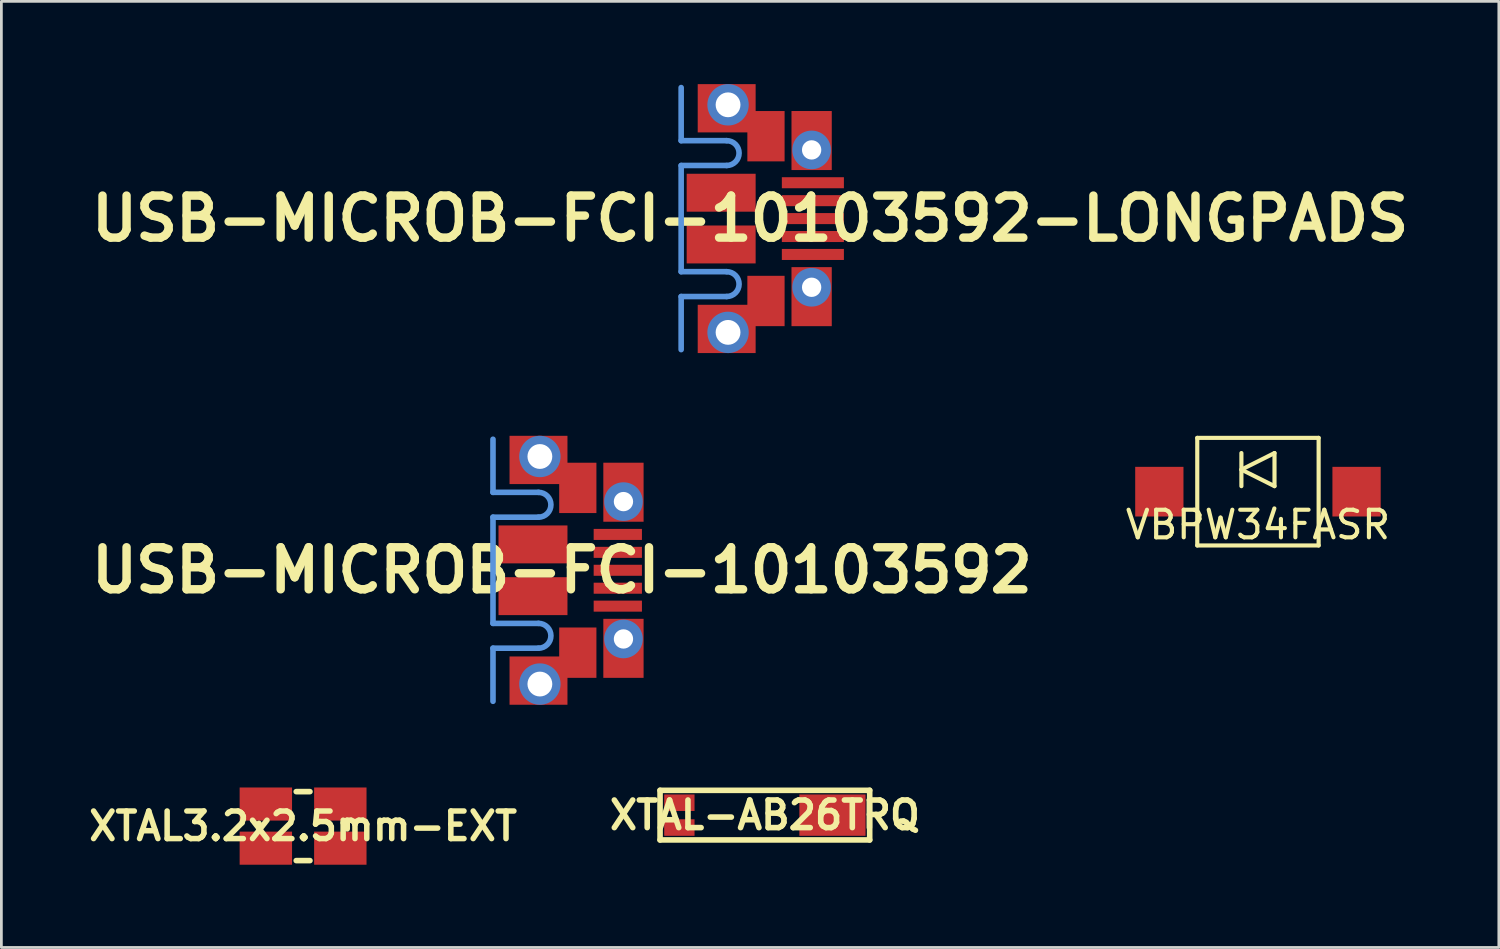
<source format=kicad_pcb>
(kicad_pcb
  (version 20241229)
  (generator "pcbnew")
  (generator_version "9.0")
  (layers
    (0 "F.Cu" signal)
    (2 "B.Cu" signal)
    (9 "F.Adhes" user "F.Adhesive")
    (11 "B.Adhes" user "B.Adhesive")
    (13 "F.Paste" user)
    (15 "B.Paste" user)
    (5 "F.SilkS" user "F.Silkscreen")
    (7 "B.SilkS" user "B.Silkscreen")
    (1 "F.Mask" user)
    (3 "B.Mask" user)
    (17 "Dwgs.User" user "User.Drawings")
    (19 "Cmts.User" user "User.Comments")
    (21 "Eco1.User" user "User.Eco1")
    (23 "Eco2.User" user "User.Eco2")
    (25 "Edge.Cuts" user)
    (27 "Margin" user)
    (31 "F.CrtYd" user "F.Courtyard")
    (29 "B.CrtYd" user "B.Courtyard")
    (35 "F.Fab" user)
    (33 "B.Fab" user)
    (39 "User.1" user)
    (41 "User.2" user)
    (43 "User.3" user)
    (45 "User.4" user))
  (footprint "VBPW34FASR"
    (layer "F.Cu")
    (at 42.556 14.775)
    (property "Reference" "VBPW34FASR" (at 0 1.2 0) (layer "F.SilkS") (effects (font (size 1 1) (thickness 0.15))))
    (attr smd)
    (fp_line (start -2.2 -1.95) (end -2.2 1.95) (stroke (width 0.15) (type solid)) (layer "F.SilkS"))
    (fp_line (start -2.2 1.95) (end 2.2 1.95) (stroke (width 0.15) (type solid)) (layer "F.SilkS"))
    (fp_line (start -0.6 -1.4) (end -0.6 -0.2) (stroke (width 0.15) (type solid)) (layer "F.SilkS"))
    (fp_line (start -0.6 -0.8) (end 0.6 -1.4) (stroke (width 0.15) (type solid)) (layer "F.SilkS"))
    (fp_line (start 0.6 -1.4) (end 0.6 -0.2) (stroke (width 0.15) (type solid)) (layer "F.SilkS"))
    (fp_line (start 0.6 -0.2) (end -0.6 -0.8) (stroke (width 0.15) (type solid)) (layer "F.SilkS"))
    (fp_line (start 2.2 -1.95) (end -2.2 -1.95) (stroke (width 0.15) (type solid)) (layer "F.SilkS"))
    (fp_line (start 2.2 1.95) (end 2.2 -1.95) (stroke (width 0.15) (type solid)) (layer "F.SilkS"))
    (pad "1" smd rect (at -3.575 0) (size 1.75 1.8) (layers "F.Cu" "F.Mask" "F.Paste"))
    (pad "2" smd rect (at 3.575 0) (size 1.75 1.8) (layers "F.Cu" "F.Mask" "F.Paste")))
  (footprint "XTAL3.2x2.5mm-EXT"
    (layer "F.Cu")
    (at 7.938 26.9)
    (property "Reference" "XTAL3.2x2.5mm-EXT" (at 0 0 0) (layer "F.SilkS") (effects (font (size 1 1) (thickness 0.2))))
    (attr smd)
    (fp_line (start -1.6 0.099) (end -1.6 -0.099) (stroke (width 0.203) (type solid)) (layer "F.SilkS"))
    (fp_line (start -0.249 -1.25) (end 0.249 -1.25) (stroke (width 0.203) (type solid)) (layer "F.SilkS"))
    (fp_line (start -0.249 1.25) (end 0.249 1.25) (stroke (width 0.203) (type solid)) (layer "F.SilkS"))
    (fp_line (start 1.6 0.099) (end 1.6 -0.099) (stroke (width 0.203) (type solid)) (layer "F.SilkS"))
    (pad "1" smd rect (at -1.35 0.8) (size 1.9 1.2) (layers "F.Cu" "F.Mask" "F.Paste"))
    (pad "2" smd rect (at 1.35 0.8) (size 1.9 1.2) (layers "F.Cu" "F.Mask" "F.Paste"))
    (pad "3" smd rect (at 1.35 -0.8) (size 1.9 1.2) (layers "F.Cu" "F.Mask" "F.Paste"))
    (pad "4" smd rect (at -1.35 -0.8) (size 1.9 1.2) (layers "F.Cu" "F.Mask" "F.Paste")))
  (footprint "XTAL-AB26TRQ"
    (layer "F.Cu")
    (at 21.58 26.502)
    (property "Reference" "XTAL-AB26TRQ" (at 3.1 0 0) (layer "F.SilkS") (effects (font (size 1.001 1.001) (thickness 0.203))))
    (attr smd)
    (fp_line (start -0.7 -0.9) (end 6.9 -0.9) (stroke (width 0.203) (type solid)) (layer "F.SilkS"))
    (fp_line (start -0.7 0.9) (end -0.7 -0.9) (stroke (width 0.203) (type solid)) (layer "F.SilkS"))
    (fp_line (start 6.9 -0.9) (end 6.9 0.9) (stroke (width 0.203) (type solid)) (layer "F.SilkS"))
    (fp_line (start 6.9 0.9) (end -0.7 0.9) (stroke (width 0.203) (type solid)) (layer "F.SilkS"))
    (pad "0" smd rect (at 5.55 0) (size 2.4 1.5) (layers "F.Cu" "F.Mask" "F.Paste"))
    (pad "1" smd rect (at 0 -0.45) (size 1.1 0.6) (layers "F.Cu" "F.Mask" "F.Paste"))
    (pad "2" smd rect (at 0 0.45) (size 1.1 0.6) (layers "F.Cu" "F.Mask" "F.Paste")))
  (footprint "USB-MICROB-FCI-10103592"
    (layer "F.Cu")
    (at 14.823 17.625)
    (property "Reference" "USB-MICROB-FCI-10103592" (at 2.499 0 0) (layer "F.SilkS") (effects (font (size 1.524 1.524) (thickness 0.305))))
    (attr smd)
    (fp_line (start 0 -2.825) (end 0 -4.75) (stroke (width 0.203) (type solid)) (layer "Cmts.User"))
    (fp_line (start 0 -2.825) (end 1.65 -2.825) (stroke (width 0.203) (type solid)) (layer "Cmts.User"))
    (fp_line (start 0 -1.925) (end 0 1.925) (stroke (width 0.203) (type solid)) (layer "Cmts.User"))
    (fp_line (start 0 -1.925) (end 1.65 -1.925) (stroke (width 0.203) (type solid)) (layer "Cmts.User"))
    (fp_line (start 0 1.925) (end 1.65 1.925) (stroke (width 0.203) (type solid)) (layer "Cmts.User"))
    (fp_line (start 0 2.825) (end 0 4.75) (stroke (width 0.203) (type solid)) (layer "Cmts.User"))
    (fp_line (start 0 2.825) (end 1.65 2.825) (stroke (width 0.203) (type solid)) (layer "Cmts.User"))
    (fp_arc (start 1.65 -2.825) (mid 2.1 -2.375) (end 1.65 -1.925) (stroke (width 0.2032) (type solid)) (layer "Cmts.User"))
    (fp_arc (start 1.65 1.925) (mid 2.1 2.375) (end 1.65 2.825) (stroke (width 0.2032) (type solid)) (layer "Cmts.User"))
    (pad "0" smd rect (at 1.45 -0.938) (size 2.5 1.375) (layers "F.Cu" "F.Mask" "F.Paste"))
    (pad "0" smd rect (at 1.45 0.938) (size 2.5 1.375) (layers "F.Cu" "F.Mask" "F.Paste"))
    (pad "0" smd rect (at 1.65 -4) (size 2.1 1.75) (layers "F.Cu" "F.Mask" "F.Paste"))
    (pad "0" smd rect (at 1.65 4) (size 2.1 1.75) (layers "F.Cu" "F.Mask" "F.Paste"))
    (pad "0" thru_hole circle (at 1.7 -4.125) (size 1.5 1.5) (drill 0.9) (layers "*.Cu" "*.Mask"))
    (pad "0" thru_hole circle (at 1.7 4.125) (size 1.5 1.5) (drill 0.9) (layers "*.Cu" "*.Mask"))
    (pad "0" smd rect (at 3.075 -2.987) (size 1.35 1.825) (layers "F.Cu" "F.Mask"))
    (pad "0" smd rect (at 3.075 2.987) (size 1.35 1.825) (layers "F.Cu" "F.Mask"))
    (pad "0" smd rect (at 4.73 -2.83) (size 1.46 2.14) (layers "F.Cu" "F.Mask" "F.Paste"))
    (pad "0" thru_hole circle (at 4.73 -2.49) (size 1.4 1.4) (drill 0.7) (layers "*.Cu" "*.Mask"))
    (pad "0" thru_hole circle (at 4.73 2.49) (size 1.4 1.4) (drill 0.7) (layers "*.Cu" "*.Mask"))
    (pad "0" smd rect (at 4.73 2.83) (size 1.46 2.14) (layers "F.Cu" "F.Mask" "F.Paste"))
    (pad "1" smd rect (at 4.525 1.3) (size 1.75 0.4) (layers "F.Cu" "F.Mask" "F.Paste"))
    (pad "2" smd rect (at 4.525 0.65) (size 1.75 0.4) (layers "F.Cu" "F.Mask" "F.Paste"))
    (pad "3" smd rect (at 4.525 0) (size 1.75 0.4) (layers "F.Cu" "F.Mask" "F.Paste"))
    (pad "4" smd rect (at 4.525 -0.65) (size 1.75 0.4) (layers "F.Cu" "F.Mask" "F.Paste"))
    (pad "5" smd rect (at 4.525 -1.3) (size 1.75 0.4) (layers "F.Cu" "F.Mask" "F.Paste")))
  (footprint "USB-MICROB-FCI-10103592-LONGPADS"
    (layer "F.Cu")
    (at 21.645 4.875)
    (property "Reference" "USB-MICROB-FCI-10103592-LONGPADS" (at 2.499 0 0) (layer "F.SilkS") (effects (font (size 1.524 1.524) (thickness 0.305))))
    (attr smd)
    (fp_line (start 0 -2.825) (end 0 -4.75) (stroke (width 0.203) (type solid)) (layer "Cmts.User"))
    (fp_line (start 0 -2.825) (end 1.65 -2.825) (stroke (width 0.203) (type solid)) (layer "Cmts.User"))
    (fp_line (start 0 -1.925) (end 0 1.925) (stroke (width 0.203) (type solid)) (layer "Cmts.User"))
    (fp_line (start 0 -1.925) (end 1.65 -1.925) (stroke (width 0.203) (type solid)) (layer "Cmts.User"))
    (fp_line (start 0 1.925) (end 1.65 1.925) (stroke (width 0.203) (type solid)) (layer "Cmts.User"))
    (fp_line (start 0 2.825) (end 0 4.75) (stroke (width 0.203) (type solid)) (layer "Cmts.User"))
    (fp_line (start 0 2.825) (end 1.65 2.825) (stroke (width 0.203) (type solid)) (layer "Cmts.User"))
    (fp_arc (start 1.65 -2.825) (mid 2.1 -2.375) (end 1.65 -1.925) (stroke (width 0.2032) (type solid)) (layer "Cmts.User"))
    (fp_arc (start 1.65 1.925) (mid 2.1 2.375) (end 1.65 2.825) (stroke (width 0.2032) (type solid)) (layer "Cmts.User"))
    (pad "0" smd rect (at 1.45 -0.938) (size 2.5 1.375) (layers "F.Cu" "F.Mask" "F.Paste"))
    (pad "0" smd rect (at 1.45 0.938) (size 2.5 1.375) (layers "F.Cu" "F.Mask" "F.Paste"))
    (pad "0" smd rect (at 1.65 -4) (size 2.1 1.75) (layers "F.Cu" "F.Mask" "F.Paste"))
    (pad "0" smd rect (at 1.65 4) (size 2.1 1.75) (layers "F.Cu" "F.Mask" "F.Paste"))
    (pad "0" thru_hole circle (at 1.7 -4.125) (size 1.5 1.5) (drill 0.9) (layers "*.Cu" "*.Mask"))
    (pad "0" thru_hole circle (at 1.7 4.125) (size 1.5 1.5) (drill 0.9) (layers "*.Cu" "*.Mask"))
    (pad "0" smd rect (at 3.075 -2.987) (size 1.35 1.825) (layers "F.Cu" "F.Mask"))
    (pad "0" smd rect (at 3.075 2.987) (size 1.35 1.825) (layers "F.Cu" "F.Mask"))
    (pad "0" smd rect (at 4.73 -2.83) (size 1.46 2.14) (layers "F.Cu" "F.Mask" "F.Paste"))
    (pad "0" thru_hole circle (at 4.73 -2.49) (size 1.4 1.4) (drill 0.7) (layers "*.Cu" "*.Mask"))
    (pad "0" thru_hole circle (at 4.73 2.49) (size 1.4 1.4) (drill 0.7) (layers "*.Cu" "*.Mask"))
    (pad "0" smd rect (at 4.73 2.83) (size 1.46 2.14) (layers "F.Cu" "F.Mask" "F.Paste"))
    (pad "1" smd rect (at 4.775 1.3) (size 2.25 0.4) (layers "F.Cu" "F.Mask" "F.Paste"))
    (pad "2" smd rect (at 4.775 0.65) (size 2.25 0.4) (layers "F.Cu" "F.Mask" "F.Paste"))
    (pad "3" smd rect (at 4.775 0) (size 2.25 0.4) (layers "F.Cu" "F.Mask" "F.Paste"))
    (pad "4" smd rect (at 4.775 -0.65) (size 2.25 0.4) (layers "F.Cu" "F.Mask" "F.Paste"))
    (pad "5" smd rect (at 4.775 -1.3) (size 2.25 0.4) (layers "F.Cu" "F.Mask" "F.Paste")))
  (gr_rect
    (start -3 -3)
    (end 51.289 31.3)
    (stroke (width 0.1) (type default))
    (fill no)
    (layer "Edge.Cuts")))
</source>
